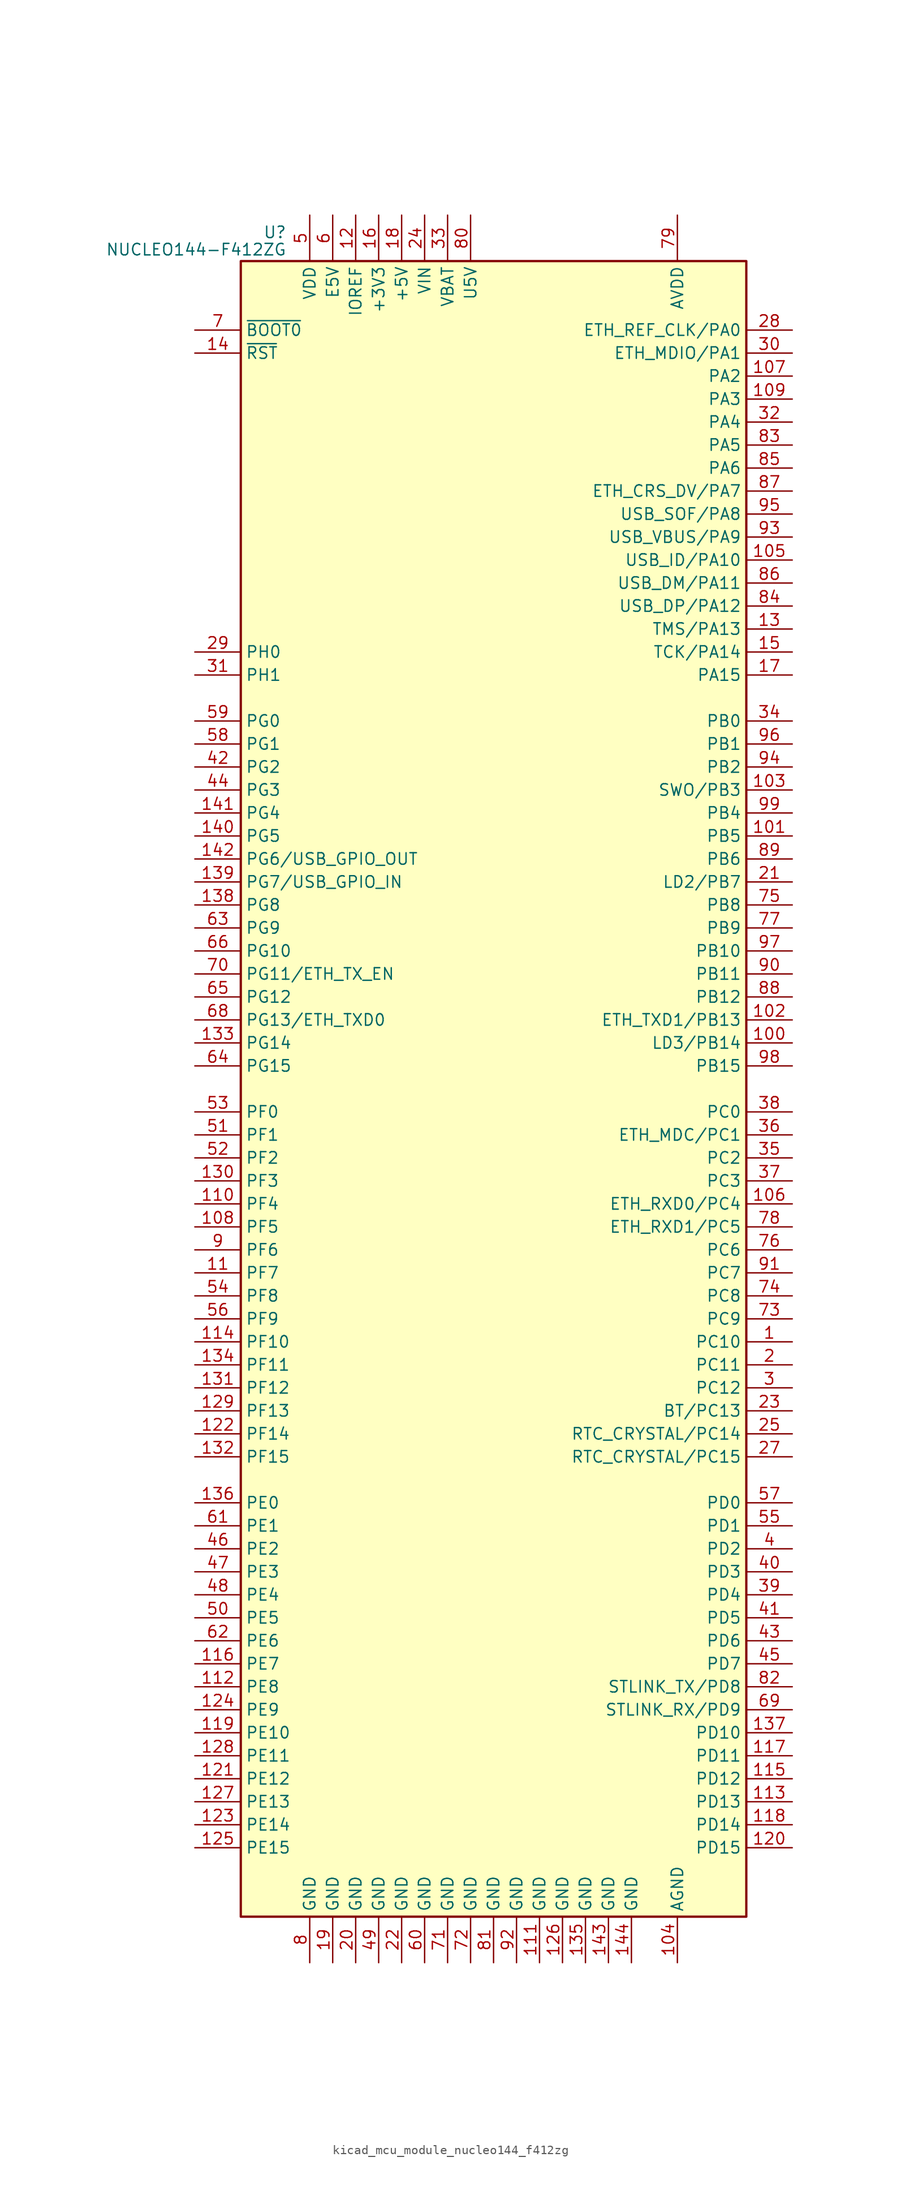
<source format=kicad_sym>
(kicad_symbol_lib
  (version 20220914)
  (generator kicad_symbol_editor)
  (symbol "kicad_mcu_module_nucleo144_f412zg"
    (property "Reference" "U"
      (at -22.86 94.615 0)
      (effects (font (size 1.27 1.27)) (justify right)))
    (property "Value" "NUCLEO144-F412ZG"
      (at -22.86 92.71 0)
      (effects (font (size 1.27 1.27)) (justify right)))
    (symbol "kicad_mcu_module_nucleo144_f412zg_0_1"
      (rectangle (start -27.94 -91.44) (end 27.94 91.44) (stroke (width 0.254) (type default)) (fill (type background))))
    (symbol "kicad_mcu_module_nucleo144_f412zg_1_1"
      (pin bidirectional line (at 33.02 -27.94 180) (length 5.08) (name "PC10" (effects (font (size 1.27 1.27)))) (number "1" (effects (font (size 1.27 1.27)))))
      (pin no_connect line (at -27.94 55.88 0) (length 5.08) hide (name "NC" (effects (font (size 1.27 1.27)))) (number "10" (effects (font (size 1.27 1.27)))))
      (pin bidirectional line (at 33.02 5.08 180) (length 5.08) (name "LD3/PB14" (effects (font (size 1.27 1.27)))) (number "100" (effects (font (size 1.27 1.27)))))
      (pin bidirectional line (at 33.02 27.94 180) (length 5.08) (name "PB5" (effects (font (size 1.27 1.27)))) (number "101" (effects (font (size 1.27 1.27)))))
      (pin bidirectional line (at 33.02 7.62 180) (length 5.08) (name "ETH_TXD1/PB13" (effects (font (size 1.27 1.27)))) (number "102" (effects (font (size 1.27 1.27)))))
      (pin bidirectional line (at 33.02 33.02 180) (length 5.08) (name "SWO/PB3" (effects (font (size 1.27 1.27)))) (number "103" (effects (font (size 1.27 1.27)))))
      (pin power_in line (at 20.32 -96.52 90) (length 5.08) (name "AGND" (effects (font (size 1.27 1.27)))) (number "104" (effects (font (size 1.27 1.27)))))
      (pin bidirectional line (at 33.02 58.42 180) (length 5.08) (name "USB_ID/PA10" (effects (font (size 1.27 1.27)))) (number "105" (effects (font (size 1.27 1.27)))))
      (pin bidirectional line (at 33.02 -12.7 180) (length 5.08) (name "ETH_RXD0/PC4" (effects (font (size 1.27 1.27)))) (number "106" (effects (font (size 1.27 1.27)))))
      (pin bidirectional line (at 33.02 78.74 180) (length 5.08) (name "PA2" (effects (font (size 1.27 1.27)))) (number "107" (effects (font (size 1.27 1.27)))))
      (pin bidirectional line (at -33.02 -15.24 0) (length 5.08) (name "PF5" (effects (font (size 1.27 1.27)))) (number "108" (effects (font (size 1.27 1.27)))))
      (pin bidirectional line (at 33.02 76.2 180) (length 5.08) (name "PA3" (effects (font (size 1.27 1.27)))) (number "109" (effects (font (size 1.27 1.27)))))
      (pin bidirectional line (at -33.02 -20.32 0) (length 5.08) (name "PF7" (effects (font (size 1.27 1.27)))) (number "11" (effects (font (size 1.27 1.27)))))
      (pin bidirectional line (at -33.02 -12.7 0) (length 5.08) (name "PF4" (effects (font (size 1.27 1.27)))) (number "110" (effects (font (size 1.27 1.27)))))
      (pin power_in line (at 5.08 -96.52 90) (length 5.08) (name "GND" (effects (font (size 1.27 1.27)))) (number "111" (effects (font (size 1.27 1.27)))))
      (pin bidirectional line (at -33.02 -66.04 0) (length 5.08) (name "PE8" (effects (font (size 1.27 1.27)))) (number "112" (effects (font (size 1.27 1.27)))))
      (pin bidirectional line (at 33.02 -78.74 180) (length 5.08) (name "PD13" (effects (font (size 1.27 1.27)))) (number "113" (effects (font (size 1.27 1.27)))))
      (pin bidirectional line (at -33.02 -27.94 0) (length 5.08) (name "PF10" (effects (font (size 1.27 1.27)))) (number "114" (effects (font (size 1.27 1.27)))))
      (pin bidirectional line (at 33.02 -76.2 180) (length 5.08) (name "PD12" (effects (font (size 1.27 1.27)))) (number "115" (effects (font (size 1.27 1.27)))))
      (pin bidirectional line (at -33.02 -63.5 0) (length 5.08) (name "PE7" (effects (font (size 1.27 1.27)))) (number "116" (effects (font (size 1.27 1.27)))))
      (pin bidirectional line (at 33.02 -73.66 180) (length 5.08) (name "PD11" (effects (font (size 1.27 1.27)))) (number "117" (effects (font (size 1.27 1.27)))))
      (pin bidirectional line (at 33.02 -81.28 180) (length 5.08) (name "PD14" (effects (font (size 1.27 1.27)))) (number "118" (effects (font (size 1.27 1.27)))))
      (pin bidirectional line (at -33.02 -71.12 0) (length 5.08) (name "PE10" (effects (font (size 1.27 1.27)))) (number "119" (effects (font (size 1.27 1.27)))))
      (pin power_in line (at -15.24 96.52 270) (length 5.08) (name "IOREF" (effects (font (size 1.27 1.27)))) (number "12" (effects (font (size 1.27 1.27)))))
      (pin bidirectional line (at 33.02 -83.82 180) (length 5.08) (name "PD15" (effects (font (size 1.27 1.27)))) (number "120" (effects (font (size 1.27 1.27)))))
      (pin bidirectional line (at -33.02 -76.2 0) (length 5.08) (name "PE12" (effects (font (size 1.27 1.27)))) (number "121" (effects (font (size 1.27 1.27)))))
      (pin bidirectional line (at -33.02 -38.1 0) (length 5.08) (name "PF14" (effects (font (size 1.27 1.27)))) (number "122" (effects (font (size 1.27 1.27)))))
      (pin bidirectional line (at -33.02 -81.28 0) (length 5.08) (name "PE14" (effects (font (size 1.27 1.27)))) (number "123" (effects (font (size 1.27 1.27)))))
      (pin bidirectional line (at -33.02 -68.58 0) (length 5.08) (name "PE9" (effects (font (size 1.27 1.27)))) (number "124" (effects (font (size 1.27 1.27)))))
      (pin bidirectional line (at -33.02 -83.82 0) (length 5.08) (name "PE15" (effects (font (size 1.27 1.27)))) (number "125" (effects (font (size 1.27 1.27)))))
      (pin power_in line (at 7.62 -96.52 90) (length 5.08) (name "GND" (effects (font (size 1.27 1.27)))) (number "126" (effects (font (size 1.27 1.27)))))
      (pin bidirectional line (at -33.02 -78.74 0) (length 5.08) (name "PE13" (effects (font (size 1.27 1.27)))) (number "127" (effects (font (size 1.27 1.27)))))
      (pin bidirectional line (at -33.02 -73.66 0) (length 5.08) (name "PE11" (effects (font (size 1.27 1.27)))) (number "128" (effects (font (size 1.27 1.27)))))
      (pin bidirectional line (at -33.02 -35.56 0) (length 5.08) (name "PF13" (effects (font (size 1.27 1.27)))) (number "129" (effects (font (size 1.27 1.27)))))
      (pin bidirectional line (at 33.02 50.8 180) (length 5.08) (name "TMS/PA13" (effects (font (size 1.27 1.27)))) (number "13" (effects (font (size 1.27 1.27)))))
      (pin bidirectional line (at -33.02 -10.16 0) (length 5.08) (name "PF3" (effects (font (size 1.27 1.27)))) (number "130" (effects (font (size 1.27 1.27)))))
      (pin bidirectional line (at -33.02 -33.02 0) (length 5.08) (name "PF12" (effects (font (size 1.27 1.27)))) (number "131" (effects (font (size 1.27 1.27)))))
      (pin bidirectional line (at -33.02 -40.64 0) (length 5.08) (name "PF15" (effects (font (size 1.27 1.27)))) (number "132" (effects (font (size 1.27 1.27)))))
      (pin bidirectional line (at -33.02 5.08 0) (length 5.08) (name "PG14" (effects (font (size 1.27 1.27)))) (number "133" (effects (font (size 1.27 1.27)))))
      (pin bidirectional line (at -33.02 -30.48 0) (length 5.08) (name "PF11" (effects (font (size 1.27 1.27)))) (number "134" (effects (font (size 1.27 1.27)))))
      (pin power_in line (at 10.16 -96.52 90) (length 5.08) (name "GND" (effects (font (size 1.27 1.27)))) (number "135" (effects (font (size 1.27 1.27)))))
      (pin bidirectional line (at -33.02 -45.72 0) (length 5.08) (name "PE0" (effects (font (size 1.27 1.27)))) (number "136" (effects (font (size 1.27 1.27)))))
      (pin bidirectional line (at 33.02 -71.12 180) (length 5.08) (name "PD10" (effects (font (size 1.27 1.27)))) (number "137" (effects (font (size 1.27 1.27)))))
      (pin bidirectional line (at -33.02 20.32 0) (length 5.08) (name "PG8" (effects (font (size 1.27 1.27)))) (number "138" (effects (font (size 1.27 1.27)))))
      (pin bidirectional line (at -33.02 22.86 0) (length 5.08) (name "PG7/USB_GPIO_IN" (effects (font (size 1.27 1.27)))) (number "139" (effects (font (size 1.27 1.27)))))
      (pin input line (at -33.02 81.28 0) (length 5.08) (name "~{RST}" (effects (font (size 1.27 1.27)))) (number "14" (effects (font (size 1.27 1.27)))))
      (pin bidirectional line (at -33.02 27.94 0) (length 5.08) (name "PG5" (effects (font (size 1.27 1.27)))) (number "140" (effects (font (size 1.27 1.27)))))
      (pin bidirectional line (at -33.02 30.48 0) (length 5.08) (name "PG4" (effects (font (size 1.27 1.27)))) (number "141" (effects (font (size 1.27 1.27)))))
      (pin bidirectional line (at -33.02 25.4 0) (length 5.08) (name "PG6/USB_GPIO_OUT" (effects (font (size 1.27 1.27)))) (number "142" (effects (font (size 1.27 1.27)))))
      (pin power_in line (at 12.7 -96.52 90) (length 5.08) (name "GND" (effects (font (size 1.27 1.27)))) (number "143" (effects (font (size 1.27 1.27)))))
      (pin power_in line (at 15.24 -96.52 90) (length 5.08) (name "GND" (effects (font (size 1.27 1.27)))) (number "144" (effects (font (size 1.27 1.27)))))
      (pin bidirectional line (at 33.02 48.26 180) (length 5.08) (name "TCK/PA14" (effects (font (size 1.27 1.27)))) (number "15" (effects (font (size 1.27 1.27)))))
      (pin power_in line (at -12.7 96.52 270) (length 5.08) (name "+3V3" (effects (font (size 1.27 1.27)))) (number "16" (effects (font (size 1.27 1.27)))))
      (pin bidirectional line (at 33.02 45.72 180) (length 5.08) (name "PA15" (effects (font (size 1.27 1.27)))) (number "17" (effects (font (size 1.27 1.27)))))
      (pin power_in line (at -10.16 96.52 270) (length 5.08) (name "+5V" (effects (font (size 1.27 1.27)))) (number "18" (effects (font (size 1.27 1.27)))))
      (pin power_in line (at -17.78 -96.52 90) (length 5.08) (name "GND" (effects (font (size 1.27 1.27)))) (number "19" (effects (font (size 1.27 1.27)))))
      (pin bidirectional line (at 33.02 -30.48 180) (length 5.08) (name "PC11" (effects (font (size 1.27 1.27)))) (number "2" (effects (font (size 1.27 1.27)))))
      (pin power_in line (at -15.24 -96.52 90) (length 5.08) (name "GND" (effects (font (size 1.27 1.27)))) (number "20" (effects (font (size 1.27 1.27)))))
      (pin bidirectional line (at 33.02 22.86 180) (length 5.08) (name "LD2/PB7" (effects (font (size 1.27 1.27)))) (number "21" (effects (font (size 1.27 1.27)))))
      (pin power_in line (at -10.16 -96.52 90) (length 5.08) (name "GND" (effects (font (size 1.27 1.27)))) (number "22" (effects (font (size 1.27 1.27)))))
      (pin bidirectional line (at 33.02 -35.56 180) (length 5.08) (name "BT/PC13" (effects (font (size 1.27 1.27)))) (number "23" (effects (font (size 1.27 1.27)))))
      (pin power_in line (at -7.62 96.52 270) (length 5.08) (name "VIN" (effects (font (size 1.27 1.27)))) (number "24" (effects (font (size 1.27 1.27)))))
      (pin bidirectional line (at 33.02 -38.1 180) (length 5.08) (name "RTC_CRYSTAL/PC14" (effects (font (size 1.27 1.27)))) (number "25" (effects (font (size 1.27 1.27)))))
      (pin no_connect line (at -27.94 58.42 0) (length 5.08) hide (name "NC" (effects (font (size 1.27 1.27)))) (number "26" (effects (font (size 1.27 1.27)))))
      (pin bidirectional line (at 33.02 -40.64 180) (length 5.08) (name "RTC_CRYSTAL/PC15" (effects (font (size 1.27 1.27)))) (number "27" (effects (font (size 1.27 1.27)))))
      (pin bidirectional line (at 33.02 83.82 180) (length 5.08) (name "ETH_REF_CLK/PA0" (effects (font (size 1.27 1.27)))) (number "28" (effects (font (size 1.27 1.27)))))
      (pin bidirectional line (at -33.02 48.26 0) (length 5.08) (name "PH0" (effects (font (size 1.27 1.27)))) (number "29" (effects (font (size 1.27 1.27)))))
      (pin bidirectional line (at 33.02 -33.02 180) (length 5.08) (name "PC12" (effects (font (size 1.27 1.27)))) (number "3" (effects (font (size 1.27 1.27)))))
      (pin bidirectional line (at 33.02 81.28 180) (length 5.08) (name "ETH_MDIO/PA1" (effects (font (size 1.27 1.27)))) (number "30" (effects (font (size 1.27 1.27)))))
      (pin bidirectional line (at -33.02 45.72 0) (length 5.08) (name "PH1" (effects (font (size 1.27 1.27)))) (number "31" (effects (font (size 1.27 1.27)))))
      (pin bidirectional line (at 33.02 73.66 180) (length 5.08) (name "PA4" (effects (font (size 1.27 1.27)))) (number "32" (effects (font (size 1.27 1.27)))))
      (pin power_in line (at -5.08 96.52 270) (length 5.08) (name "VBAT" (effects (font (size 1.27 1.27)))) (number "33" (effects (font (size 1.27 1.27)))))
      (pin bidirectional line (at 33.02 40.64 180) (length 5.08) (name "PB0" (effects (font (size 1.27 1.27)))) (number "34" (effects (font (size 1.27 1.27)))))
      (pin bidirectional line (at 33.02 -7.62 180) (length 5.08) (name "PC2" (effects (font (size 1.27 1.27)))) (number "35" (effects (font (size 1.27 1.27)))))
      (pin bidirectional line (at 33.02 -5.08 180) (length 5.08) (name "ETH_MDC/PC1" (effects (font (size 1.27 1.27)))) (number "36" (effects (font (size 1.27 1.27)))))
      (pin bidirectional line (at 33.02 -10.16 180) (length 5.08) (name "PC3" (effects (font (size 1.27 1.27)))) (number "37" (effects (font (size 1.27 1.27)))))
      (pin bidirectional line (at 33.02 -2.54 180) (length 5.08) (name "PC0" (effects (font (size 1.27 1.27)))) (number "38" (effects (font (size 1.27 1.27)))))
      (pin bidirectional line (at 33.02 -55.88 180) (length 5.08) (name "PD4" (effects (font (size 1.27 1.27)))) (number "39" (effects (font (size 1.27 1.27)))))
      (pin bidirectional line (at 33.02 -50.8 180) (length 5.08) (name "PD2" (effects (font (size 1.27 1.27)))) (number "4" (effects (font (size 1.27 1.27)))))
      (pin bidirectional line (at 33.02 -53.34 180) (length 5.08) (name "PD3" (effects (font (size 1.27 1.27)))) (number "40" (effects (font (size 1.27 1.27)))))
      (pin bidirectional line (at 33.02 -58.42 180) (length 5.08) (name "PD5" (effects (font (size 1.27 1.27)))) (number "41" (effects (font (size 1.27 1.27)))))
      (pin bidirectional line (at -33.02 35.56 0) (length 5.08) (name "PG2" (effects (font (size 1.27 1.27)))) (number "42" (effects (font (size 1.27 1.27)))))
      (pin bidirectional line (at 33.02 -60.96 180) (length 5.08) (name "PD6" (effects (font (size 1.27 1.27)))) (number "43" (effects (font (size 1.27 1.27)))))
      (pin bidirectional line (at -33.02 33.02 0) (length 5.08) (name "PG3" (effects (font (size 1.27 1.27)))) (number "44" (effects (font (size 1.27 1.27)))))
      (pin bidirectional line (at 33.02 -63.5 180) (length 5.08) (name "PD7" (effects (font (size 1.27 1.27)))) (number "45" (effects (font (size 1.27 1.27)))))
      (pin bidirectional line (at -33.02 -50.8 0) (length 5.08) (name "PE2" (effects (font (size 1.27 1.27)))) (number "46" (effects (font (size 1.27 1.27)))))
      (pin bidirectional line (at -33.02 -53.34 0) (length 5.08) (name "PE3" (effects (font (size 1.27 1.27)))) (number "47" (effects (font (size 1.27 1.27)))))
      (pin bidirectional line (at -33.02 -55.88 0) (length 5.08) (name "PE4" (effects (font (size 1.27 1.27)))) (number "48" (effects (font (size 1.27 1.27)))))
      (pin power_in line (at -12.7 -96.52 90) (length 5.08) (name "GND" (effects (font (size 1.27 1.27)))) (number "49" (effects (font (size 1.27 1.27)))))
      (pin power_in line (at -20.32 96.52 270) (length 5.08) (name "VDD" (effects (font (size 1.27 1.27)))) (number "5" (effects (font (size 1.27 1.27)))))
      (pin bidirectional line (at -33.02 -58.42 0) (length 5.08) (name "PE5" (effects (font (size 1.27 1.27)))) (number "50" (effects (font (size 1.27 1.27)))))
      (pin bidirectional line (at -33.02 -5.08 0) (length 5.08) (name "PF1" (effects (font (size 1.27 1.27)))) (number "51" (effects (font (size 1.27 1.27)))))
      (pin bidirectional line (at -33.02 -7.62 0) (length 5.08) (name "PF2" (effects (font (size 1.27 1.27)))) (number "52" (effects (font (size 1.27 1.27)))))
      (pin bidirectional line (at -33.02 -2.54 0) (length 5.08) (name "PF0" (effects (font (size 1.27 1.27)))) (number "53" (effects (font (size 1.27 1.27)))))
      (pin bidirectional line (at -33.02 -22.86 0) (length 5.08) (name "PF8" (effects (font (size 1.27 1.27)))) (number "54" (effects (font (size 1.27 1.27)))))
      (pin bidirectional line (at 33.02 -48.26 180) (length 5.08) (name "PD1" (effects (font (size 1.27 1.27)))) (number "55" (effects (font (size 1.27 1.27)))))
      (pin bidirectional line (at -33.02 -25.4 0) (length 5.08) (name "PF9" (effects (font (size 1.27 1.27)))) (number "56" (effects (font (size 1.27 1.27)))))
      (pin bidirectional line (at 33.02 -45.72 180) (length 5.08) (name "PD0" (effects (font (size 1.27 1.27)))) (number "57" (effects (font (size 1.27 1.27)))))
      (pin bidirectional line (at -33.02 38.1 0) (length 5.08) (name "PG1" (effects (font (size 1.27 1.27)))) (number "58" (effects (font (size 1.27 1.27)))))
      (pin bidirectional line (at -33.02 40.64 0) (length 5.08) (name "PG0" (effects (font (size 1.27 1.27)))) (number "59" (effects (font (size 1.27 1.27)))))
      (pin power_in line (at -17.78 96.52 270) (length 5.08) (name "E5V" (effects (font (size 1.27 1.27)))) (number "6" (effects (font (size 1.27 1.27)))))
      (pin power_in line (at -7.62 -96.52 90) (length 5.08) (name "GND" (effects (font (size 1.27 1.27)))) (number "60" (effects (font (size 1.27 1.27)))))
      (pin bidirectional line (at -33.02 -48.26 0) (length 5.08) (name "PE1" (effects (font (size 1.27 1.27)))) (number "61" (effects (font (size 1.27 1.27)))))
      (pin bidirectional line (at -33.02 -60.96 0) (length 5.08) (name "PE6" (effects (font (size 1.27 1.27)))) (number "62" (effects (font (size 1.27 1.27)))))
      (pin bidirectional line (at -33.02 17.78 0) (length 5.08) (name "PG9" (effects (font (size 1.27 1.27)))) (number "63" (effects (font (size 1.27 1.27)))))
      (pin bidirectional line (at -33.02 2.54 0) (length 5.08) (name "PG15" (effects (font (size 1.27 1.27)))) (number "64" (effects (font (size 1.27 1.27)))))
      (pin bidirectional line (at -33.02 10.16 0) (length 5.08) (name "PG12" (effects (font (size 1.27 1.27)))) (number "65" (effects (font (size 1.27 1.27)))))
      (pin bidirectional line (at -33.02 15.24 0) (length 5.08) (name "PG10" (effects (font (size 1.27 1.27)))) (number "66" (effects (font (size 1.27 1.27)))))
      (pin no_connect line (at -27.94 53.34 0) (length 5.08) hide (name "NC" (effects (font (size 1.27 1.27)))) (number "67" (effects (font (size 1.27 1.27)))))
      (pin bidirectional line (at -33.02 7.62 0) (length 5.08) (name "PG13/ETH_TXD0" (effects (font (size 1.27 1.27)))) (number "68" (effects (font (size 1.27 1.27)))))
      (pin bidirectional line (at 33.02 -68.58 180) (length 5.08) (name "STLINK_RX/PD9" (effects (font (size 1.27 1.27)))) (number "69" (effects (font (size 1.27 1.27)))))
      (pin input line (at -33.02 83.82 0) (length 5.08) (name "~{BOOT0}" (effects (font (size 1.27 1.27)))) (number "7" (effects (font (size 1.27 1.27)))))
      (pin bidirectional line (at -33.02 12.7 0) (length 5.08) (name "PG11/ETH_TX_EN" (effects (font (size 1.27 1.27)))) (number "70" (effects (font (size 1.27 1.27)))))
      (pin power_in line (at -5.08 -96.52 90) (length 5.08) (name "GND" (effects (font (size 1.27 1.27)))) (number "71" (effects (font (size 1.27 1.27)))))
      (pin power_in line (at -2.54 -96.52 90) (length 5.08) (name "GND" (effects (font (size 1.27 1.27)))) (number "72" (effects (font (size 1.27 1.27)))))
      (pin bidirectional line (at 33.02 -25.4 180) (length 5.08) (name "PC9" (effects (font (size 1.27 1.27)))) (number "73" (effects (font (size 1.27 1.27)))))
      (pin bidirectional line (at 33.02 -22.86 180) (length 5.08) (name "PC8" (effects (font (size 1.27 1.27)))) (number "74" (effects (font (size 1.27 1.27)))))
      (pin bidirectional line (at 33.02 20.32 180) (length 5.08) (name "PB8" (effects (font (size 1.27 1.27)))) (number "75" (effects (font (size 1.27 1.27)))))
      (pin bidirectional line (at 33.02 -17.78 180) (length 5.08) (name "PC6" (effects (font (size 1.27 1.27)))) (number "76" (effects (font (size 1.27 1.27)))))
      (pin bidirectional line (at 33.02 17.78 180) (length 5.08) (name "PB9" (effects (font (size 1.27 1.27)))) (number "77" (effects (font (size 1.27 1.27)))))
      (pin bidirectional line (at 33.02 -15.24 180) (length 5.08) (name "ETH_RXD1/PC5" (effects (font (size 1.27 1.27)))) (number "78" (effects (font (size 1.27 1.27)))))
      (pin power_in line (at 20.32 96.52 270) (length 5.08) (name "AVDD" (effects (font (size 1.27 1.27)))) (number "79" (effects (font (size 1.27 1.27)))))
      (pin power_in line (at -20.32 -96.52 90) (length 5.08) (name "GND" (effects (font (size 1.27 1.27)))) (number "8" (effects (font (size 1.27 1.27)))))
      (pin power_in line (at -2.54 96.52 270) (length 5.08) (name "U5V" (effects (font (size 1.27 1.27)))) (number "80" (effects (font (size 1.27 1.27)))))
      (pin power_in line (at 0 -96.52 90) (length 5.08) (name "GND" (effects (font (size 1.27 1.27)))) (number "81" (effects (font (size 1.27 1.27)))))
      (pin bidirectional line (at 33.02 -66.04 180) (length 5.08) (name "STLINK_TX/PD8" (effects (font (size 1.27 1.27)))) (number "82" (effects (font (size 1.27 1.27)))))
      (pin bidirectional line (at 33.02 71.12 180) (length 5.08) (name "PA5" (effects (font (size 1.27 1.27)))) (number "83" (effects (font (size 1.27 1.27)))))
      (pin bidirectional line (at 33.02 53.34 180) (length 5.08) (name "USB_DP/PA12" (effects (font (size 1.27 1.27)))) (number "84" (effects (font (size 1.27 1.27)))))
      (pin bidirectional line (at 33.02 68.58 180) (length 5.08) (name "PA6" (effects (font (size 1.27 1.27)))) (number "85" (effects (font (size 1.27 1.27)))))
      (pin bidirectional line (at 33.02 55.88 180) (length 5.08) (name "USB_DM/PA11" (effects (font (size 1.27 1.27)))) (number "86" (effects (font (size 1.27 1.27)))))
      (pin bidirectional line (at 33.02 66.04 180) (length 5.08) (name "ETH_CRS_DV/PA7" (effects (font (size 1.27 1.27)))) (number "87" (effects (font (size 1.27 1.27)))))
      (pin bidirectional line (at 33.02 10.16 180) (length 5.08) (name "PB12" (effects (font (size 1.27 1.27)))) (number "88" (effects (font (size 1.27 1.27)))))
      (pin bidirectional line (at 33.02 25.4 180) (length 5.08) (name "PB6" (effects (font (size 1.27 1.27)))) (number "89" (effects (font (size 1.27 1.27)))))
      (pin bidirectional line (at -33.02 -17.78 0) (length 5.08) (name "PF6" (effects (font (size 1.27 1.27)))) (number "9" (effects (font (size 1.27 1.27)))))
      (pin bidirectional line (at 33.02 12.7 180) (length 5.08) (name "PB11" (effects (font (size 1.27 1.27)))) (number "90" (effects (font (size 1.27 1.27)))))
      (pin bidirectional line (at 33.02 -20.32 180) (length 5.08) (name "PC7" (effects (font (size 1.27 1.27)))) (number "91" (effects (font (size 1.27 1.27)))))
      (pin power_in line (at 2.54 -96.52 90) (length 5.08) (name "GND" (effects (font (size 1.27 1.27)))) (number "92" (effects (font (size 1.27 1.27)))))
      (pin bidirectional line (at 33.02 60.96 180) (length 5.08) (name "USB_VBUS/PA9" (effects (font (size 1.27 1.27)))) (number "93" (effects (font (size 1.27 1.27)))))
      (pin bidirectional line (at 33.02 35.56 180) (length 5.08) (name "PB2" (effects (font (size 1.27 1.27)))) (number "94" (effects (font (size 1.27 1.27)))))
      (pin bidirectional line (at 33.02 63.5 180) (length 5.08) (name "USB_SOF/PA8" (effects (font (size 1.27 1.27)))) (number "95" (effects (font (size 1.27 1.27)))))
      (pin bidirectional line (at 33.02 38.1 180) (length 5.08) (name "PB1" (effects (font (size 1.27 1.27)))) (number "96" (effects (font (size 1.27 1.27)))))
      (pin bidirectional line (at 33.02 15.24 180) (length 5.08) (name "PB10" (effects (font (size 1.27 1.27)))) (number "97" (effects (font (size 1.27 1.27)))))
      (pin bidirectional line (at 33.02 2.54 180) (length 5.08) (name "PB15" (effects (font (size 1.27 1.27)))) (number "98" (effects (font (size 1.27 1.27)))))
      (pin bidirectional line (at 33.02 30.48 180) (length 5.08) (name "PB4" (effects (font (size 1.27 1.27)))) (number "99" (effects (font (size 1.27 1.27))))))))
</source>
